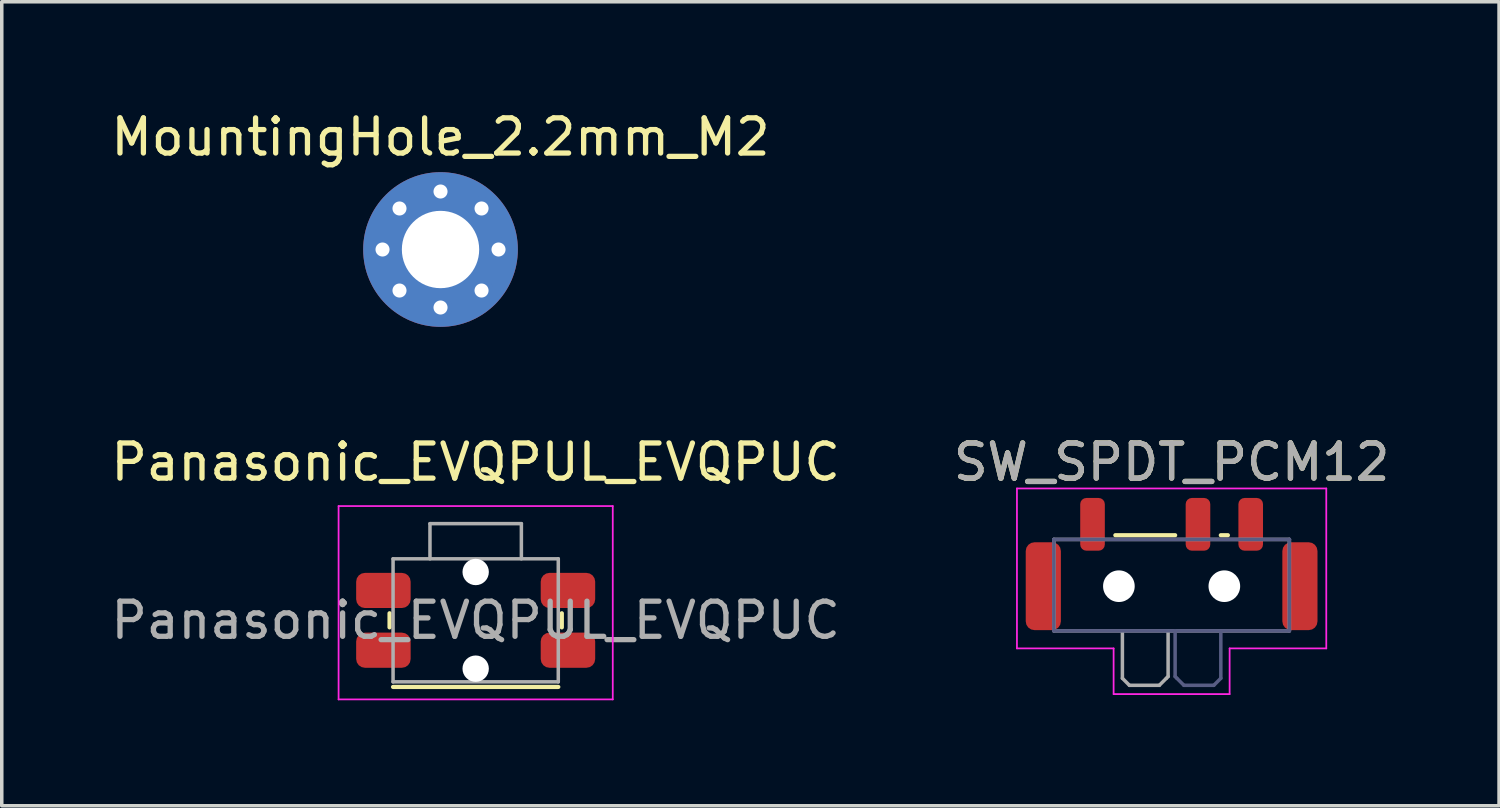
<source format=kicad_pcb>
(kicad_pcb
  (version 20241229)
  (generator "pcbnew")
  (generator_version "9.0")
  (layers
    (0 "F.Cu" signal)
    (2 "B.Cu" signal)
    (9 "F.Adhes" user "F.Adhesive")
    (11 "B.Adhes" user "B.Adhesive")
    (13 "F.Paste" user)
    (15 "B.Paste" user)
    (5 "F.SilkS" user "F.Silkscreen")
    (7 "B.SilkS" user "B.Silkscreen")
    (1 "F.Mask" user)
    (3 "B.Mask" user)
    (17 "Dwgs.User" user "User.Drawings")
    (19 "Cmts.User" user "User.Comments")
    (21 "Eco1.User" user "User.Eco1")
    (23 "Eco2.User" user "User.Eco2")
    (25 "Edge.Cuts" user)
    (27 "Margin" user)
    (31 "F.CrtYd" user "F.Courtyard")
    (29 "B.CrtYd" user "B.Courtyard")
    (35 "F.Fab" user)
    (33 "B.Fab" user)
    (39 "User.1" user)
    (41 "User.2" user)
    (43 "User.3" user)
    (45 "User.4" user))
  (footprint "Panasonic_EVQPUL_EVQPUC"
    (layer "F.Cu")
    (at 10.482 14.597)
    (property "Reference" "Panasonic_EVQPUL_EVQPUC" (at 0 -4.5 0) (layer "F.SilkS") (effects (font (size 1 1) (thickness 0.15))))
    (attr smd)
    (fp_line (start -2.45 0.2) (end -2.45 -0.2) (stroke (width 0.12) (type solid)) (layer "F.SilkS"))
    (fp_line (start 2.35 1.895) (end -2.35 1.895) (stroke (width 0.12) (type solid)) (layer "F.SilkS"))
    (fp_line (start 2.45 0.2) (end 2.45 -0.2) (stroke (width 0.12) (type solid)) (layer "F.SilkS"))
    (fp_line (start -3.9 2.25) (end -3.9 -3.25) (stroke (width 0.05) (type solid)) (layer "F.CrtYd"))
    (fp_line (start 3.9 -3.25) (end -3.9 -3.25) (stroke (width 0.05) (type solid)) (layer "F.CrtYd"))
    (fp_line (start 3.9 2.25) (end -3.9 2.25) (stroke (width 0.05) (type solid)) (layer "F.CrtYd"))
    (fp_line (start 3.9 2.25) (end 3.9 -3.25) (stroke (width 0.05) (type solid)) (layer "F.CrtYd"))
    (fp_line (start -2.35 1.75) (end -2.35 -1.75) (stroke (width 0.1) (type solid)) (layer "F.Fab"))
    (fp_line (start -1.3 -2.75) (end -1.3 -1.75) (stroke (width 0.1) (type solid)) (layer "F.Fab"))
    (fp_line (start 1.3 -2.75) (end -1.3 -2.75) (stroke (width 0.1) (type solid)) (layer "F.Fab"))
    (fp_line (start 1.3 -2.75) (end 1.3 -1.75) (stroke (width 0.1) (type solid)) (layer "F.Fab"))
    (fp_line (start 2.35 -1.75) (end -2.35 -1.75) (stroke (width 0.1) (type solid)) (layer "F.Fab"))
    (fp_line (start 2.35 1.75) (end -2.35 1.75) (stroke (width 0.1) (type solid)) (layer "F.Fab"))
    (fp_line (start 2.35 1.75) (end 2.35 -1.75) (stroke (width 0.1) (type solid)) (layer "F.Fab"))
    (fp_text user "${REFERENCE}" (at 0 0 0) (layer "F.Fab") (effects (font (size 1 1) (thickness 0.15))))
    (pad "" np_thru_hole circle (at 0 -1.375 180) (size 0.75 0.75) (drill 0.75) (layers "*.Cu" "*.Mask"))
    (pad "" np_thru_hole circle (at 0 1.375 180) (size 0.75 0.75) (drill 0.75) (layers "*.Cu" "*.Mask"))
    (pad "1" smd roundrect (at -2.625 -0.85 180) (size 1.55 1) (layers "F.Cu" "F.Mask" "F.Paste") (roundrect_rratio 0.25))
    (pad "1" smd roundrect (at 2.625 -0.85 180) (size 1.55 1) (layers "F.Cu" "F.Mask" "F.Paste") (roundrect_rratio 0.25))
    (pad "2" smd roundrect (at -2.625 0.85 180) (size 1.55 1) (layers "F.Cu" "F.Mask" "F.Paste") (roundrect_rratio 0.25))
    (pad "2" smd roundrect (at 2.625 0.85 180) (size 1.55 1) (layers "F.Cu" "F.Mask" "F.Paste") (roundrect_rratio 0.25)))
  (footprint "SW_SPDT_PCM12"
    (layer "F.Cu")
    (at 30.28 13.296)
    (property "Reference" "SW_SPDT_PCM12" (at 0 -3.2 0) (layer "F.SilkS") (effects (font (size 1 1) (thickness 0.15))))
    (attr smd)
    (fp_line (start -1.6 -1.12) (end 0.1 -1.12) (stroke (width 0.12) (type solid)) (layer "F.SilkS"))
    (fp_line (start 1.4 -1.12) (end 1.6 -1.12) (stroke (width 0.12) (type solid)) (layer "F.SilkS"))
    (fp_line (start -4.4 -2.45) (end 4.4 -2.45) (stroke (width 0.05) (type solid)) (layer "F.CrtYd"))
    (fp_line (start -4.4 2.1) (end -4.4 -2.45) (stroke (width 0.05) (type solid)) (layer "F.CrtYd"))
    (fp_line (start -1.65 2.1) (end -4.4 2.1) (stroke (width 0.05) (type solid)) (layer "F.CrtYd"))
    (fp_line (start -1.65 3.4) (end -1.65 2.1) (stroke (width 0.05) (type solid)) (layer "F.CrtYd"))
    (fp_line (start 1.65 2.1) (end 1.65 3.4) (stroke (width 0.05) (type solid)) (layer "F.CrtYd"))
    (fp_line (start 1.65 3.4) (end -1.65 3.4) (stroke (width 0.05) (type solid)) (layer "F.CrtYd"))
    (fp_line (start 4.4 -2.45) (end 4.4 2.1) (stroke (width 0.05) (type solid)) (layer "F.CrtYd"))
    (fp_line (start 4.4 2.1) (end 1.65 2.1) (stroke (width 0.05) (type solid)) (layer "F.CrtYd"))
    (fp_line (start -3.35 -1) (end -3.35 1.6) (stroke (width 0.1) (type solid)) (layer "B.Fab"))
    (fp_line (start -3.35 1.6) (end 3.35 1.6) (stroke (width 0.1) (type solid)) (layer "B.Fab"))
    (fp_line (start 0.1 1.6) (end 0.1 2.9) (stroke (width 0.1) (type solid)) (layer "B.Fab"))
    (fp_line (start 0.1 2.9) (end 0.15 2.95) (stroke (width 0.1) (type solid)) (layer "B.Fab"))
    (fp_line (start 0.15 2.95) (end 0.35 3.15) (stroke (width 0.1) (type solid)) (layer "B.Fab"))
    (fp_line (start 0.35 3.15) (end 1.2 3.15) (stroke (width 0.1) (type solid)) (layer "B.Fab"))
    (fp_line (start 1.2 3.15) (end 1.4 2.95) (stroke (width 0.1) (type solid)) (layer "B.Fab"))
    (fp_line (start 1.4 2.95) (end 1.4 1.65) (stroke (width 0.1) (type solid)) (layer "B.Fab"))
    (fp_line (start 3.35 -1) (end -3.35 -1) (stroke (width 0.1) (type solid)) (layer "B.Fab"))
    (fp_line (start 3.35 1.6) (end 3.35 -1) (stroke (width 0.1) (type solid)) (layer "B.Fab"))
    (fp_line (start -3.35 -1) (end -3.35 1.6) (stroke (width 0.1) (type solid)) (layer "F.Fab"))
    (fp_line (start -3.35 1.6) (end 3.35 1.6) (stroke (width 0.1) (type solid)) (layer "F.Fab"))
    (fp_line (start -1.4 1.65) (end -1.4 2.95) (stroke (width 0.1) (type solid)) (layer "F.Fab"))
    (fp_line (start -1.4 2.95) (end -1.2 3.15) (stroke (width 0.1) (type solid)) (layer "F.Fab"))
    (fp_line (start -1.2 3.15) (end -0.35 3.15) (stroke (width 0.1) (type solid)) (layer "F.Fab"))
    (fp_line (start -0.35 3.15) (end -0.15 2.95) (stroke (width 0.1) (type solid)) (layer "F.Fab"))
    (fp_line (start -0.15 2.95) (end -0.1 2.9) (stroke (width 0.1) (type solid)) (layer "F.Fab"))
    (fp_line (start -0.1 2.9) (end -0.1 1.6) (stroke (width 0.1) (type solid)) (layer "F.Fab"))
    (fp_line (start 3.35 -1) (end -3.35 -1) (stroke (width 0.1) (type solid)) (layer "F.Fab"))
    (fp_line (start 3.35 1.6) (end 3.35 -1) (stroke (width 0.1) (type solid)) (layer "F.Fab"))
    (fp_text user "${REFERENCE}" (at 0 -3.2 0) (layer "F.Fab") (effects (font (size 1 1) (thickness 0.15))))
    (pad "" smd roundrect (at -3.65 0.33) (size 1 2.5) (layers "F.Cu" "F.Mask" "F.Paste") (roundrect_rratio 0.25))
    (pad "" np_thru_hole circle (at -1.5 0.33) (size 0.9 0.9) (drill 0.9) (layers "*.Cu" "*.Mask"))
    (pad "" np_thru_hole circle (at 1.5 0.33) (size 0.9 0.9) (drill 0.9) (layers "*.Cu" "*.Mask"))
    (pad "" smd roundrect (at 3.65 0.33) (size 1 2.5) (layers "F.Cu" "F.Mask" "F.Paste") (roundrect_rratio 0.25))
    (pad "1" smd roundrect (at -2.25 -1.43) (size 0.7 1.5) (layers "F.Cu" "F.Mask" "F.Paste") (roundrect_rratio 0.25))
    (pad "2" smd roundrect (at 0.75 -1.43) (size 0.7 1.5) (layers "F.Cu" "F.Mask" "F.Paste") (roundrect_rratio 0.25))
    (pad "3" smd roundrect (at 2.25 -1.43) (size 0.7 1.5) (layers "F.Cu" "F.Mask" "F.Paste") (roundrect_rratio 0.25)))
  (footprint "MountingHole_2.2mm_M2"
    (layer "F.Cu")
    (at 9.482 4.048)
    (property "Reference" "MountingHole_2.2mm_M2" (at 0 -3.2 0) (layer "F.SilkS") (effects (font (size 1 1) (thickness 0.15))))
    (pad "MP" thru_hole circle (at -1.65 0 340) (size 0.7 0.7) (drill 0.4) (layers "*.Cu" "*.Mask"))
    (pad "MP" thru_hole circle (at -1.167 -1.167 340) (size 0.7 0.7) (drill 0.4) (layers "*.Cu" "*.Mask"))
    (pad "MP" thru_hole circle (at -1.167 1.167 340) (size 0.7 0.7) (drill 0.4) (layers "*.Cu" "*.Mask"))
    (pad "MP" thru_hole circle (at 0 -1.65 340) (size 0.7 0.7) (drill 0.4) (layers "*.Cu" "*.Mask"))
    (pad "MP" thru_hole circle (at 0 0 340) (size 4.4 4.4) (drill 2.2) (layers "*.Cu" "*.Mask"))
    (pad "MP" thru_hole circle (at 0 1.65 340) (size 0.7 0.7) (drill 0.4) (layers "*.Cu" "*.Mask"))
    (pad "MP" thru_hole circle (at 1.167 -1.167 340) (size 0.7 0.7) (drill 0.4) (layers "*.Cu" "*.Mask"))
    (pad "MP" thru_hole circle (at 1.167 1.167 340) (size 0.7 0.7) (drill 0.4) (layers "*.Cu" "*.Mask"))
    (pad "MP" thru_hole circle (at 1.65 0 340) (size 0.7 0.7) (drill 0.4) (layers "*.Cu" "*.Mask")))
  (gr_rect
    (start -3 -3)
    (end 39.595 19.872)
    (stroke (width 0.1) (type default))
    (fill no)
    (layer "Edge.Cuts")))
</source>
